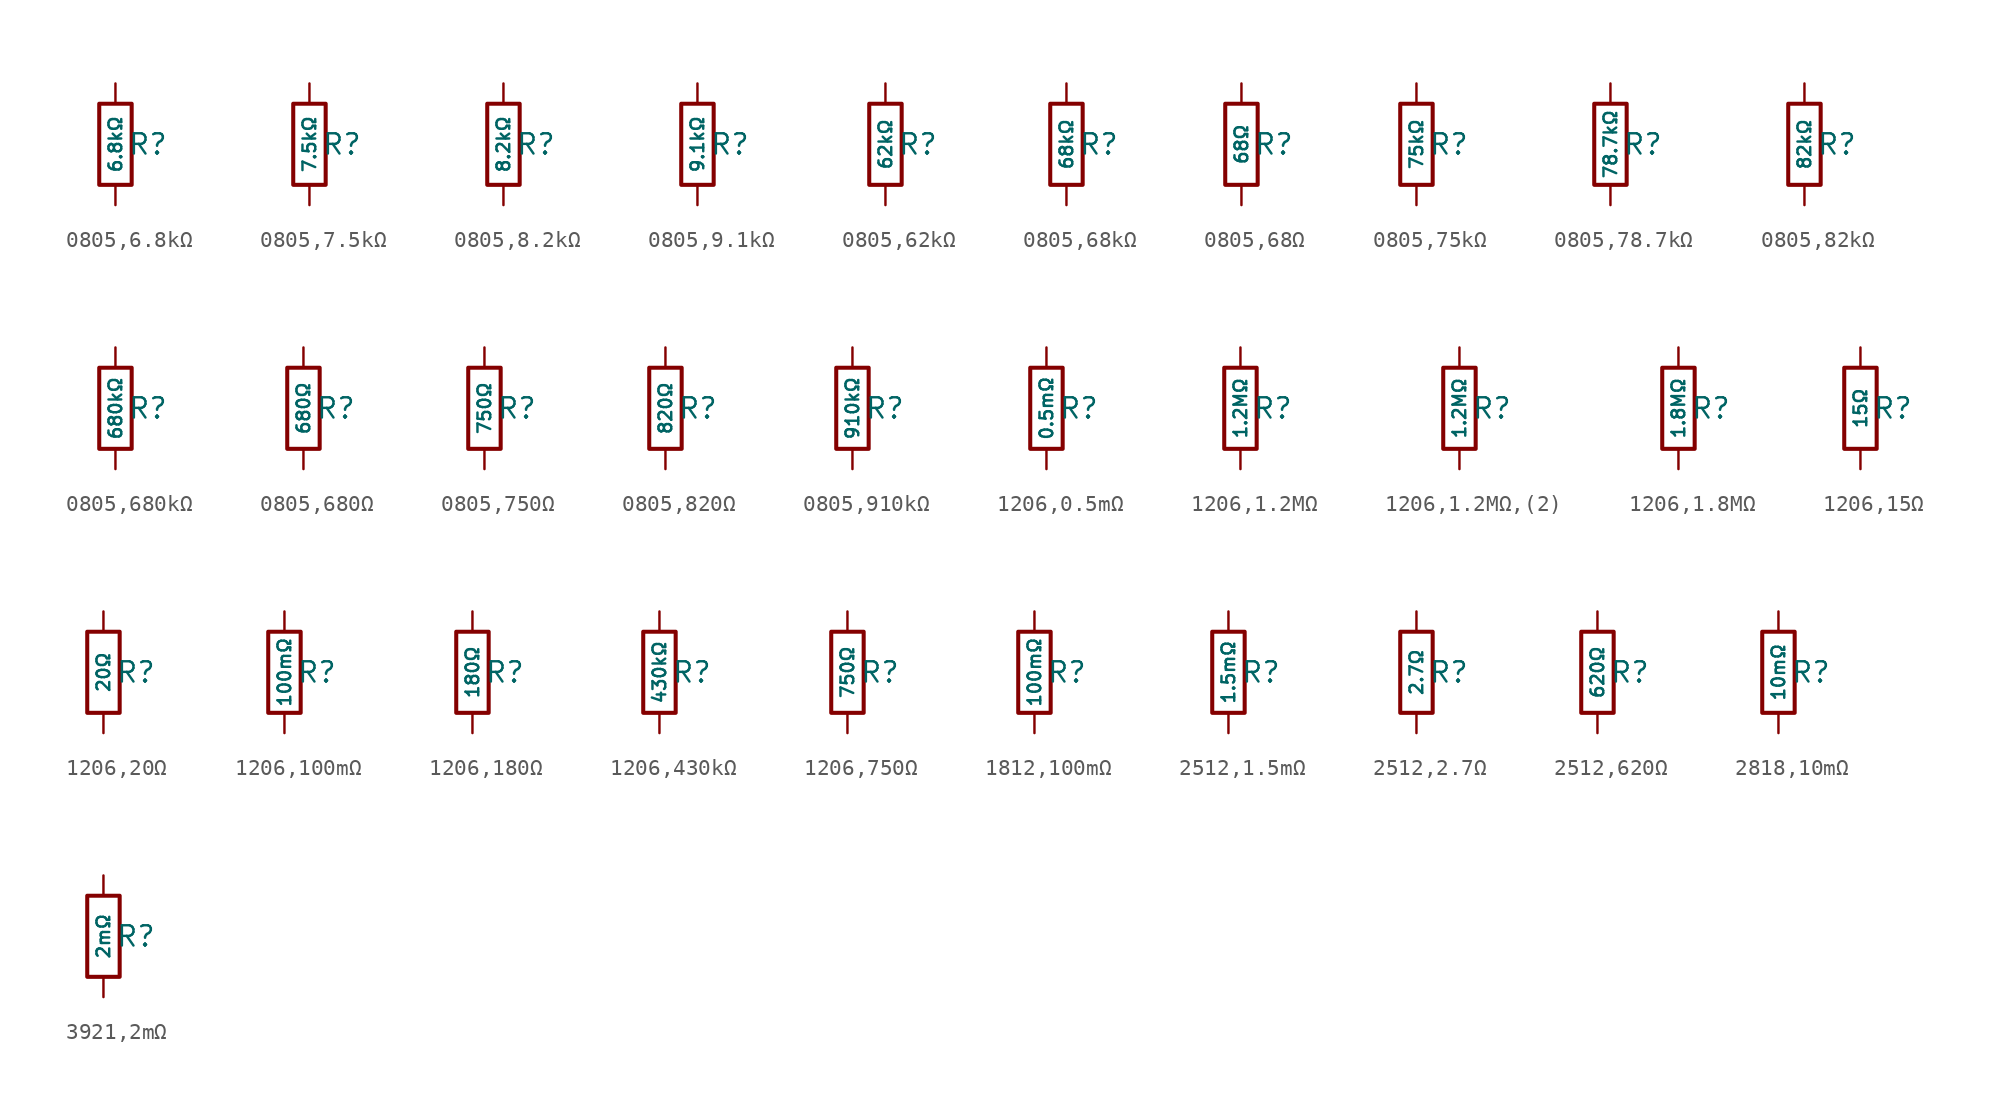
<source format=kicad_sym>
(kicad_symbol_lib
  (version 20231120)
  (generator "CDFER")
  (generator_version "8.0")
  (symbol "0805,6.8kΩ"
    (pin_numbers hide)
    (pin_names
      (offset 0))
    (property "Reference" "R"
      (at 2.032 0 0)
      (effects (font (size 1.27 1.27)) (hide no)))
    (property "Value" "6.8kΩ"
      (at 0 0 90)
      (do_not_autoplace)
      (effects (font (size 0.8 0.8)) (hide no)))
    (symbol "0805,6.8kΩ_0_1"
      (rectangle (start -1.016 2.54) (end 1.016 -2.54) (stroke (width 0.254) (type default)) (fill (type none))))
    (symbol "0805,6.8kΩ_1_1"
      (pin passive line (at 0 3.81 270) (length 1.27) (name "~" (effects (font (size 1.27 1.27)))) (number "1" (effects (font (size 1.27 1.27)))))
      (pin passive line (at 0 -3.81 90) (length 1.27) (name "~" (effects (font (size 1.27 1.27)))) (number "2" (effects (font (size 1.27 1.27)))))))
  (symbol "0805,7.5kΩ"
    (pin_numbers hide)
    (pin_names
      (offset 0))
    (property "Reference" "R"
      (at 2.032 0 0)
      (effects (font (size 1.27 1.27)) (hide no)))
    (property "Value" "7.5kΩ"
      (at 0 0 90)
      (do_not_autoplace)
      (effects (font (size 0.8 0.8)) (hide no)))
    (symbol "0805,7.5kΩ_0_1"
      (rectangle (start -1.016 2.54) (end 1.016 -2.54) (stroke (width 0.254) (type default)) (fill (type none))))
    (symbol "0805,7.5kΩ_1_1"
      (pin passive line (at 0 3.81 270) (length 1.27) (name "~" (effects (font (size 1.27 1.27)))) (number "1" (effects (font (size 1.27 1.27)))))
      (pin passive line (at 0 -3.81 90) (length 1.27) (name "~" (effects (font (size 1.27 1.27)))) (number "2" (effects (font (size 1.27 1.27)))))))
  (symbol "0805,8.2kΩ"
    (pin_numbers hide)
    (pin_names
      (offset 0))
    (property "Reference" "R"
      (at 2.032 0 0)
      (effects (font (size 1.27 1.27)) (hide no)))
    (property "Value" "8.2kΩ"
      (at 0 0 90)
      (do_not_autoplace)
      (effects (font (size 0.8 0.8)) (hide no)))
    (symbol "0805,8.2kΩ_0_1"
      (rectangle (start -1.016 2.54) (end 1.016 -2.54) (stroke (width 0.254) (type default)) (fill (type none))))
    (symbol "0805,8.2kΩ_1_1"
      (pin passive line (at 0 3.81 270) (length 1.27) (name "~" (effects (font (size 1.27 1.27)))) (number "1" (effects (font (size 1.27 1.27)))))
      (pin passive line (at 0 -3.81 90) (length 1.27) (name "~" (effects (font (size 1.27 1.27)))) (number "2" (effects (font (size 1.27 1.27)))))))
  (symbol "0805,9.1kΩ"
    (pin_numbers hide)
    (pin_names
      (offset 0))
    (property "Reference" "R"
      (at 2.032 0 0)
      (effects (font (size 1.27 1.27)) (hide no)))
    (property "Value" "9.1kΩ"
      (at 0 0 90)
      (do_not_autoplace)
      (effects (font (size 0.8 0.8)) (hide no)))
    (symbol "0805,9.1kΩ_0_1"
      (rectangle (start -1.016 2.54) (end 1.016 -2.54) (stroke (width 0.254) (type default)) (fill (type none))))
    (symbol "0805,9.1kΩ_1_1"
      (pin passive line (at 0 3.81 270) (length 1.27) (name "~" (effects (font (size 1.27 1.27)))) (number "1" (effects (font (size 1.27 1.27)))))
      (pin passive line (at 0 -3.81 90) (length 1.27) (name "~" (effects (font (size 1.27 1.27)))) (number "2" (effects (font (size 1.27 1.27)))))))
  (symbol "0805,62kΩ"
    (pin_numbers hide)
    (pin_names
      (offset 0))
    (property "Reference" "R"
      (at 2.032 0 0)
      (effects (font (size 1.27 1.27)) (hide no)))
    (property "Value" "62kΩ"
      (at 0 0 90)
      (do_not_autoplace)
      (effects (font (size 0.8 0.8)) (hide no)))
    (symbol "0805,62kΩ_0_1"
      (rectangle (start -1.016 2.54) (end 1.016 -2.54) (stroke (width 0.254) (type default)) (fill (type none))))
    (symbol "0805,62kΩ_1_1"
      (pin passive line (at 0 3.81 270) (length 1.27) (name "~" (effects (font (size 1.27 1.27)))) (number "1" (effects (font (size 1.27 1.27)))))
      (pin passive line (at 0 -3.81 90) (length 1.27) (name "~" (effects (font (size 1.27 1.27)))) (number "2" (effects (font (size 1.27 1.27)))))))
  (symbol "0805,68kΩ"
    (pin_numbers hide)
    (pin_names
      (offset 0))
    (property "Reference" "R"
      (at 2.032 0 0)
      (effects (font (size 1.27 1.27)) (hide no)))
    (property "Value" "68kΩ"
      (at 0 0 90)
      (do_not_autoplace)
      (effects (font (size 0.8 0.8)) (hide no)))
    (symbol "0805,68kΩ_0_1"
      (rectangle (start -1.016 2.54) (end 1.016 -2.54) (stroke (width 0.254) (type default)) (fill (type none))))
    (symbol "0805,68kΩ_1_1"
      (pin passive line (at 0 3.81 270) (length 1.27) (name "~" (effects (font (size 1.27 1.27)))) (number "1" (effects (font (size 1.27 1.27)))))
      (pin passive line (at 0 -3.81 90) (length 1.27) (name "~" (effects (font (size 1.27 1.27)))) (number "2" (effects (font (size 1.27 1.27)))))))
  (symbol "0805,68Ω"
    (pin_numbers hide)
    (pin_names
      (offset 0))
    (property "Reference" "R"
      (at 2.032 0 0)
      (effects (font (size 1.27 1.27)) (hide no)))
    (property "Value" "68Ω"
      (at 0 0 90)
      (do_not_autoplace)
      (effects (font (size 0.8 0.8)) (hide no)))
    (symbol "0805,68Ω_0_1"
      (rectangle (start -1.016 2.54) (end 1.016 -2.54) (stroke (width 0.254) (type default)) (fill (type none))))
    (symbol "0805,68Ω_1_1"
      (pin passive line (at 0 3.81 270) (length 1.27) (name "~" (effects (font (size 1.27 1.27)))) (number "1" (effects (font (size 1.27 1.27)))))
      (pin passive line (at 0 -3.81 90) (length 1.27) (name "~" (effects (font (size 1.27 1.27)))) (number "2" (effects (font (size 1.27 1.27)))))))
  (symbol "0805,75kΩ"
    (pin_numbers hide)
    (pin_names
      (offset 0))
    (property "Reference" "R"
      (at 2.032 0 0)
      (effects (font (size 1.27 1.27)) (hide no)))
    (property "Value" "75kΩ"
      (at 0 0 90)
      (do_not_autoplace)
      (effects (font (size 0.8 0.8)) (hide no)))
    (symbol "0805,75kΩ_0_1"
      (rectangle (start -1.016 2.54) (end 1.016 -2.54) (stroke (width 0.254) (type default)) (fill (type none))))
    (symbol "0805,75kΩ_1_1"
      (pin passive line (at 0 3.81 270) (length 1.27) (name "~" (effects (font (size 1.27 1.27)))) (number "1" (effects (font (size 1.27 1.27)))))
      (pin passive line (at 0 -3.81 90) (length 1.27) (name "~" (effects (font (size 1.27 1.27)))) (number "2" (effects (font (size 1.27 1.27)))))))
  (symbol "0805,78.7kΩ"
    (pin_numbers hide)
    (pin_names
      (offset 0))
    (property "Reference" "R"
      (at 2.032 0 0)
      (effects (font (size 1.27 1.27)) (hide no)))
    (property "Value" "78.7kΩ"
      (at 0 0 90)
      (do_not_autoplace)
      (effects (font (size 0.8 0.8)) (hide no)))
    (symbol "0805,78.7kΩ_0_1"
      (rectangle (start -1.016 2.54) (end 1.016 -2.54) (stroke (width 0.254) (type default)) (fill (type none))))
    (symbol "0805,78.7kΩ_1_1"
      (pin passive line (at 0 3.81 270) (length 1.27) (name "~" (effects (font (size 1.27 1.27)))) (number "1" (effects (font (size 1.27 1.27)))))
      (pin passive line (at 0 -3.81 90) (length 1.27) (name "~" (effects (font (size 1.27 1.27)))) (number "2" (effects (font (size 1.27 1.27)))))))
  (symbol "0805,82kΩ"
    (pin_numbers hide)
    (pin_names
      (offset 0))
    (property "Reference" "R"
      (at 2.032 0 0)
      (effects (font (size 1.27 1.27)) (hide no)))
    (property "Value" "82kΩ"
      (at 0 0 90)
      (do_not_autoplace)
      (effects (font (size 0.8 0.8)) (hide no)))
    (symbol "0805,82kΩ_0_1"
      (rectangle (start -1.016 2.54) (end 1.016 -2.54) (stroke (width 0.254) (type default)) (fill (type none))))
    (symbol "0805,82kΩ_1_1"
      (pin passive line (at 0 3.81 270) (length 1.27) (name "~" (effects (font (size 1.27 1.27)))) (number "1" (effects (font (size 1.27 1.27)))))
      (pin passive line (at 0 -3.81 90) (length 1.27) (name "~" (effects (font (size 1.27 1.27)))) (number "2" (effects (font (size 1.27 1.27)))))))
  (symbol "0805,680kΩ"
    (pin_numbers hide)
    (pin_names
      (offset 0))
    (property "Reference" "R"
      (at 2.032 0 0)
      (effects (font (size 1.27 1.27)) (hide no)))
    (property "Value" "680kΩ"
      (at 0 0 90)
      (do_not_autoplace)
      (effects (font (size 0.8 0.8)) (hide no)))
    (symbol "0805,680kΩ_0_1"
      (rectangle (start -1.016 2.54) (end 1.016 -2.54) (stroke (width 0.254) (type default)) (fill (type none))))
    (symbol "0805,680kΩ_1_1"
      (pin passive line (at 0 3.81 270) (length 1.27) (name "~" (effects (font (size 1.27 1.27)))) (number "1" (effects (font (size 1.27 1.27)))))
      (pin passive line (at 0 -3.81 90) (length 1.27) (name "~" (effects (font (size 1.27 1.27)))) (number "2" (effects (font (size 1.27 1.27)))))))
  (symbol "0805,680Ω"
    (pin_numbers hide)
    (pin_names
      (offset 0))
    (property "Reference" "R"
      (at 2.032 0 0)
      (effects (font (size 1.27 1.27)) (hide no)))
    (property "Value" "680Ω"
      (at 0 0 90)
      (do_not_autoplace)
      (effects (font (size 0.8 0.8)) (hide no)))
    (symbol "0805,680Ω_0_1"
      (rectangle (start -1.016 2.54) (end 1.016 -2.54) (stroke (width 0.254) (type default)) (fill (type none))))
    (symbol "0805,680Ω_1_1"
      (pin passive line (at 0 3.81 270) (length 1.27) (name "~" (effects (font (size 1.27 1.27)))) (number "1" (effects (font (size 1.27 1.27)))))
      (pin passive line (at 0 -3.81 90) (length 1.27) (name "~" (effects (font (size 1.27 1.27)))) (number "2" (effects (font (size 1.27 1.27)))))))
  (symbol "0805,750Ω"
    (pin_numbers hide)
    (pin_names
      (offset 0))
    (property "Reference" "R"
      (at 2.032 0 0)
      (effects (font (size 1.27 1.27)) (hide no)))
    (property "Value" "750Ω"
      (at 0 0 90)
      (do_not_autoplace)
      (effects (font (size 0.8 0.8)) (hide no)))
    (symbol "0805,750Ω_0_1"
      (rectangle (start -1.016 2.54) (end 1.016 -2.54) (stroke (width 0.254) (type default)) (fill (type none))))
    (symbol "0805,750Ω_1_1"
      (pin passive line (at 0 3.81 270) (length 1.27) (name "~" (effects (font (size 1.27 1.27)))) (number "1" (effects (font (size 1.27 1.27)))))
      (pin passive line (at 0 -3.81 90) (length 1.27) (name "~" (effects (font (size 1.27 1.27)))) (number "2" (effects (font (size 1.27 1.27)))))))
  (symbol "0805,820Ω"
    (pin_numbers hide)
    (pin_names
      (offset 0))
    (property "Reference" "R"
      (at 2.032 0 0)
      (effects (font (size 1.27 1.27)) (hide no)))
    (property "Value" "820Ω"
      (at 0 0 90)
      (do_not_autoplace)
      (effects (font (size 0.8 0.8)) (hide no)))
    (symbol "0805,820Ω_0_1"
      (rectangle (start -1.016 2.54) (end 1.016 -2.54) (stroke (width 0.254) (type default)) (fill (type none))))
    (symbol "0805,820Ω_1_1"
      (pin passive line (at 0 3.81 270) (length 1.27) (name "~" (effects (font (size 1.27 1.27)))) (number "1" (effects (font (size 1.27 1.27)))))
      (pin passive line (at 0 -3.81 90) (length 1.27) (name "~" (effects (font (size 1.27 1.27)))) (number "2" (effects (font (size 1.27 1.27)))))))
  (symbol "0805,910kΩ"
    (pin_numbers hide)
    (pin_names
      (offset 0))
    (property "Reference" "R"
      (at 2.032 0 0)
      (effects (font (size 1.27 1.27)) (hide no)))
    (property "Value" "910kΩ"
      (at 0 0 90)
      (do_not_autoplace)
      (effects (font (size 0.8 0.8)) (hide no)))
    (symbol "0805,910kΩ_0_1"
      (rectangle (start -1.016 2.54) (end 1.016 -2.54) (stroke (width 0.254) (type default)) (fill (type none))))
    (symbol "0805,910kΩ_1_1"
      (pin passive line (at 0 3.81 270) (length 1.27) (name "~" (effects (font (size 1.27 1.27)))) (number "1" (effects (font (size 1.27 1.27)))))
      (pin passive line (at 0 -3.81 90) (length 1.27) (name "~" (effects (font (size 1.27 1.27)))) (number "2" (effects (font (size 1.27 1.27)))))))
  (symbol "1206,0.5mΩ"
    (pin_numbers hide)
    (pin_names
      (offset 0))
    (property "Reference" "R"
      (at 2.032 0 0)
      (effects (font (size 1.27 1.27)) (hide no)))
    (property "Value" "0.5mΩ"
      (at 0 0 90)
      (do_not_autoplace)
      (effects (font (size 0.8 0.8)) (hide no)))
    (symbol "1206,0.5mΩ_0_1"
      (rectangle (start -1.016 2.54) (end 1.016 -2.54) (stroke (width 0.254) (type default)) (fill (type none))))
    (symbol "1206,0.5mΩ_1_1"
      (pin passive line (at 0 3.81 270) (length 1.27) (name "~" (effects (font (size 1.27 1.27)))) (number "1" (effects (font (size 1.27 1.27)))))
      (pin passive line (at 0 -3.81 90) (length 1.27) (name "~" (effects (font (size 1.27 1.27)))) (number "2" (effects (font (size 1.27 1.27)))))))
  (symbol "1206,1.2MΩ"
    (pin_numbers hide)
    (pin_names
      (offset 0))
    (property "Reference" "R"
      (at 2.032 0 0)
      (effects (font (size 1.27 1.27)) (hide no)))
    (property "Value" "1.2MΩ"
      (at 0 0 90)
      (do_not_autoplace)
      (effects (font (size 0.8 0.8)) (hide no)))
    (symbol "1206,1.2MΩ_0_1"
      (rectangle (start -1.016 2.54) (end 1.016 -2.54) (stroke (width 0.254) (type default)) (fill (type none))))
    (symbol "1206,1.2MΩ_1_1"
      (pin passive line (at 0 3.81 270) (length 1.27) (name "~" (effects (font (size 1.27 1.27)))) (number "1" (effects (font (size 1.27 1.27)))))
      (pin passive line (at 0 -3.81 90) (length 1.27) (name "~" (effects (font (size 1.27 1.27)))) (number "2" (effects (font (size 1.27 1.27)))))))
  (symbol "1206,1.2MΩ,(2)"
    (pin_numbers hide)
    (pin_names
      (offset 0))
    (property "Reference" "R"
      (at 2.032 0 0)
      (effects (font (size 1.27 1.27)) (hide no)))
    (property "Value" "1.2MΩ"
      (at 0 0 90)
      (do_not_autoplace)
      (effects (font (size 0.8 0.8)) (hide no)))
    (symbol "1206,1.2MΩ,(2)_0_1"
      (rectangle (start -1.016 2.54) (end 1.016 -2.54) (stroke (width 0.254) (type default)) (fill (type none))))
    (symbol "1206,1.2MΩ,(2)_1_1"
      (pin passive line (at 0 3.81 270) (length 1.27) (name "~" (effects (font (size 1.27 1.27)))) (number "1" (effects (font (size 1.27 1.27)))))
      (pin passive line (at 0 -3.81 90) (length 1.27) (name "~" (effects (font (size 1.27 1.27)))) (number "2" (effects (font (size 1.27 1.27)))))))
  (symbol "1206,1.8MΩ"
    (pin_numbers hide)
    (pin_names
      (offset 0))
    (property "Reference" "R"
      (at 2.032 0 0)
      (effects (font (size 1.27 1.27)) (hide no)))
    (property "Value" "1.8MΩ"
      (at 0 0 90)
      (do_not_autoplace)
      (effects (font (size 0.8 0.8)) (hide no)))
    (symbol "1206,1.8MΩ_0_1"
      (rectangle (start -1.016 2.54) (end 1.016 -2.54) (stroke (width 0.254) (type default)) (fill (type none))))
    (symbol "1206,1.8MΩ_1_1"
      (pin passive line (at 0 3.81 270) (length 1.27) (name "~" (effects (font (size 1.27 1.27)))) (number "1" (effects (font (size 1.27 1.27)))))
      (pin passive line (at 0 -3.81 90) (length 1.27) (name "~" (effects (font (size 1.27 1.27)))) (number "2" (effects (font (size 1.27 1.27)))))))
  (symbol "1206,15Ω"
    (pin_numbers hide)
    (pin_names
      (offset 0))
    (property "Reference" "R"
      (at 2.032 0 0)
      (effects (font (size 1.27 1.27)) (hide no)))
    (property "Value" "15Ω"
      (at 0 0 90)
      (do_not_autoplace)
      (effects (font (size 0.8 0.8)) (hide no)))
    (symbol "1206,15Ω_0_1"
      (rectangle (start -1.016 2.54) (end 1.016 -2.54) (stroke (width 0.254) (type default)) (fill (type none))))
    (symbol "1206,15Ω_1_1"
      (pin passive line (at 0 3.81 270) (length 1.27) (name "~" (effects (font (size 1.27 1.27)))) (number "1" (effects (font (size 1.27 1.27)))))
      (pin passive line (at 0 -3.81 90) (length 1.27) (name "~" (effects (font (size 1.27 1.27)))) (number "2" (effects (font (size 1.27 1.27)))))))
  (symbol "1206,20Ω"
    (pin_numbers hide)
    (pin_names
      (offset 0))
    (property "Reference" "R"
      (at 2.032 0 0)
      (effects (font (size 1.27 1.27)) (hide no)))
    (property "Value" "20Ω"
      (at 0 0 90)
      (do_not_autoplace)
      (effects (font (size 0.8 0.8)) (hide no)))
    (symbol "1206,20Ω_0_1"
      (rectangle (start -1.016 2.54) (end 1.016 -2.54) (stroke (width 0.254) (type default)) (fill (type none))))
    (symbol "1206,20Ω_1_1"
      (pin passive line (at 0 3.81 270) (length 1.27) (name "~" (effects (font (size 1.27 1.27)))) (number "1" (effects (font (size 1.27 1.27)))))
      (pin passive line (at 0 -3.81 90) (length 1.27) (name "~" (effects (font (size 1.27 1.27)))) (number "2" (effects (font (size 1.27 1.27)))))))
  (symbol "1206,100mΩ"
    (pin_numbers hide)
    (pin_names
      (offset 0))
    (property "Reference" "R"
      (at 2.032 0 0)
      (effects (font (size 1.27 1.27)) (hide no)))
    (property "Value" "100mΩ"
      (at 0 0 90)
      (do_not_autoplace)
      (effects (font (size 0.8 0.8)) (hide no)))
    (symbol "1206,100mΩ_0_1"
      (rectangle (start -1.016 2.54) (end 1.016 -2.54) (stroke (width 0.254) (type default)) (fill (type none))))
    (symbol "1206,100mΩ_1_1"
      (pin passive line (at 0 3.81 270) (length 1.27) (name "~" (effects (font (size 1.27 1.27)))) (number "1" (effects (font (size 1.27 1.27)))))
      (pin passive line (at 0 -3.81 90) (length 1.27) (name "~" (effects (font (size 1.27 1.27)))) (number "2" (effects (font (size 1.27 1.27)))))))
  (symbol "1206,180Ω"
    (pin_numbers hide)
    (pin_names
      (offset 0))
    (property "Reference" "R"
      (at 2.032 0 0)
      (effects (font (size 1.27 1.27)) (hide no)))
    (property "Value" "180Ω"
      (at 0 0 90)
      (do_not_autoplace)
      (effects (font (size 0.8 0.8)) (hide no)))
    (symbol "1206,180Ω_0_1"
      (rectangle (start -1.016 2.54) (end 1.016 -2.54) (stroke (width 0.254) (type default)) (fill (type none))))
    (symbol "1206,180Ω_1_1"
      (pin passive line (at 0 3.81 270) (length 1.27) (name "~" (effects (font (size 1.27 1.27)))) (number "1" (effects (font (size 1.27 1.27)))))
      (pin passive line (at 0 -3.81 90) (length 1.27) (name "~" (effects (font (size 1.27 1.27)))) (number "2" (effects (font (size 1.27 1.27)))))))
  (symbol "1206,430kΩ"
    (pin_numbers hide)
    (pin_names
      (offset 0))
    (property "Reference" "R"
      (at 2.032 0 0)
      (effects (font (size 1.27 1.27)) (hide no)))
    (property "Value" "430kΩ"
      (at 0 0 90)
      (do_not_autoplace)
      (effects (font (size 0.8 0.8)) (hide no)))
    (symbol "1206,430kΩ_0_1"
      (rectangle (start -1.016 2.54) (end 1.016 -2.54) (stroke (width 0.254) (type default)) (fill (type none))))
    (symbol "1206,430kΩ_1_1"
      (pin passive line (at 0 3.81 270) (length 1.27) (name "~" (effects (font (size 1.27 1.27)))) (number "1" (effects (font (size 1.27 1.27)))))
      (pin passive line (at 0 -3.81 90) (length 1.27) (name "~" (effects (font (size 1.27 1.27)))) (number "2" (effects (font (size 1.27 1.27)))))))
  (symbol "1206,750Ω"
    (pin_numbers hide)
    (pin_names
      (offset 0))
    (property "Reference" "R"
      (at 2.032 0 0)
      (effects (font (size 1.27 1.27)) (hide no)))
    (property "Value" "750Ω"
      (at 0 0 90)
      (do_not_autoplace)
      (effects (font (size 0.8 0.8)) (hide no)))
    (symbol "1206,750Ω_0_1"
      (rectangle (start -1.016 2.54) (end 1.016 -2.54) (stroke (width 0.254) (type default)) (fill (type none))))
    (symbol "1206,750Ω_1_1"
      (pin passive line (at 0 3.81 270) (length 1.27) (name "~" (effects (font (size 1.27 1.27)))) (number "1" (effects (font (size 1.27 1.27)))))
      (pin passive line (at 0 -3.81 90) (length 1.27) (name "~" (effects (font (size 1.27 1.27)))) (number "2" (effects (font (size 1.27 1.27)))))))
  (symbol "1812,100mΩ"
    (pin_numbers hide)
    (pin_names
      (offset 0))
    (property "Reference" "R"
      (at 2.032 0 0)
      (effects (font (size 1.27 1.27)) (hide no)))
    (property "Value" "100mΩ"
      (at 0 0 90)
      (do_not_autoplace)
      (effects (font (size 0.8 0.8)) (hide no)))
    (symbol "1812,100mΩ_0_1"
      (rectangle (start -1.016 2.54) (end 1.016 -2.54) (stroke (width 0.254) (type default)) (fill (type none))))
    (symbol "1812,100mΩ_1_1"
      (pin passive line (at 0 3.81 270) (length 1.27) (name "~" (effects (font (size 1.27 1.27)))) (number "1" (effects (font (size 1.27 1.27)))))
      (pin passive line (at 0 -3.81 90) (length 1.27) (name "~" (effects (font (size 1.27 1.27)))) (number "2" (effects (font (size 1.27 1.27)))))))
  (symbol "2512,1.5mΩ"
    (pin_numbers hide)
    (pin_names
      (offset 0))
    (property "Reference" "R"
      (at 2.032 0 0)
      (effects (font (size 1.27 1.27)) (hide no)))
    (property "Value" "1.5mΩ"
      (at 0 0 90)
      (do_not_autoplace)
      (effects (font (size 0.8 0.8)) (hide no)))
    (symbol "2512,1.5mΩ_0_1"
      (rectangle (start -1.016 2.54) (end 1.016 -2.54) (stroke (width 0.254) (type default)) (fill (type none))))
    (symbol "2512,1.5mΩ_1_1"
      (pin passive line (at 0 3.81 270) (length 1.27) (name "~" (effects (font (size 1.27 1.27)))) (number "1" (effects (font (size 1.27 1.27)))))
      (pin passive line (at 0 -3.81 90) (length 1.27) (name "~" (effects (font (size 1.27 1.27)))) (number "2" (effects (font (size 1.27 1.27)))))))
  (symbol "2512,2.7Ω"
    (pin_numbers hide)
    (pin_names
      (offset 0))
    (property "Reference" "R"
      (at 2.032 0 0)
      (effects (font (size 1.27 1.27)) (hide no)))
    (property "Value" "2.7Ω"
      (at 0 0 90)
      (do_not_autoplace)
      (effects (font (size 0.8 0.8)) (hide no)))
    (symbol "2512,2.7Ω_0_1"
      (rectangle (start -1.016 2.54) (end 1.016 -2.54) (stroke (width 0.254) (type default)) (fill (type none))))
    (symbol "2512,2.7Ω_1_1"
      (pin passive line (at 0 3.81 270) (length 1.27) (name "~" (effects (font (size 1.27 1.27)))) (number "1" (effects (font (size 1.27 1.27)))))
      (pin passive line (at 0 -3.81 90) (length 1.27) (name "~" (effects (font (size 1.27 1.27)))) (number "2" (effects (font (size 1.27 1.27)))))))
  (symbol "2512,620Ω"
    (pin_numbers hide)
    (pin_names
      (offset 0))
    (property "Reference" "R"
      (at 2.032 0 0)
      (effects (font (size 1.27 1.27)) (hide no)))
    (property "Value" "620Ω"
      (at 0 0 90)
      (do_not_autoplace)
      (effects (font (size 0.8 0.8)) (hide no)))
    (symbol "2512,620Ω_0_1"
      (rectangle (start -1.016 2.54) (end 1.016 -2.54) (stroke (width 0.254) (type default)) (fill (type none))))
    (symbol "2512,620Ω_1_1"
      (pin passive line (at 0 3.81 270) (length 1.27) (name "~" (effects (font (size 1.27 1.27)))) (number "1" (effects (font (size 1.27 1.27)))))
      (pin passive line (at 0 -3.81 90) (length 1.27) (name "~" (effects (font (size 1.27 1.27)))) (number "2" (effects (font (size 1.27 1.27)))))))
  (symbol "2818,10mΩ"
    (pin_numbers hide)
    (pin_names
      (offset 0))
    (property "Reference" "R"
      (at 2.032 0 0)
      (effects (font (size 1.27 1.27)) (hide no)))
    (property "Value" "10mΩ"
      (at 0 0 90)
      (do_not_autoplace)
      (effects (font (size 0.8 0.8)) (hide no)))
    (symbol "2818,10mΩ_0_1"
      (rectangle (start -1.016 2.54) (end 1.016 -2.54) (stroke (width 0.254) (type default)) (fill (type none))))
    (symbol "2818,10mΩ_1_1"
      (pin passive line (at 0 3.81 270) (length 1.27) (name "~" (effects (font (size 1.27 1.27)))) (number "1" (effects (font (size 1.27 1.27)))))
      (pin passive line (at 0 -3.81 90) (length 1.27) (name "~" (effects (font (size 1.27 1.27)))) (number "2" (effects (font (size 1.27 1.27)))))))
  (symbol "3921,2mΩ"
    (pin_numbers hide)
    (pin_names
      (offset 0))
    (property "Reference" "R"
      (at 2.032 0 0)
      (effects (font (size 1.27 1.27)) (hide no)))
    (property "Value" "2mΩ"
      (at 0 0 90)
      (do_not_autoplace)
      (effects (font (size 0.8 0.8)) (hide no)))
    (symbol "3921,2mΩ_0_1"
      (rectangle (start -1.016 2.54) (end 1.016 -2.54) (stroke (width 0.254) (type default)) (fill (type none))))
    (symbol "3921,2mΩ_1_1"
      (pin passive line (at 0 3.81 270) (length 1.27) (name "~" (effects (font (size 1.27 1.27)))) (number "1" (effects (font (size 1.27 1.27)))))
      (pin passive line (at 0 -3.81 90) (length 1.27) (name "~" (effects (font (size 1.27 1.27)))) (number "2" (effects (font (size 1.27 1.27))))))))
</source>
